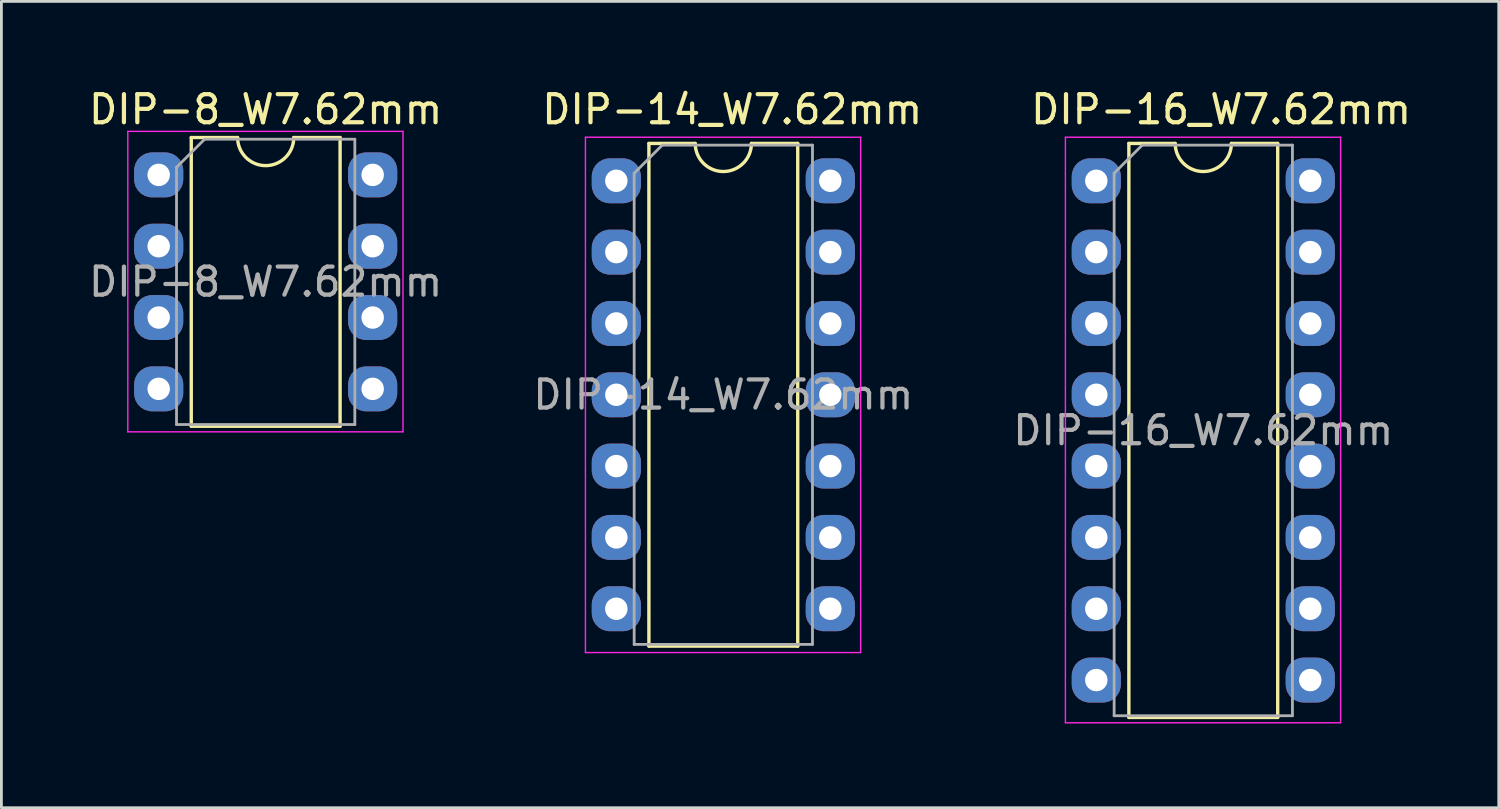
<source format=kicad_pcb>
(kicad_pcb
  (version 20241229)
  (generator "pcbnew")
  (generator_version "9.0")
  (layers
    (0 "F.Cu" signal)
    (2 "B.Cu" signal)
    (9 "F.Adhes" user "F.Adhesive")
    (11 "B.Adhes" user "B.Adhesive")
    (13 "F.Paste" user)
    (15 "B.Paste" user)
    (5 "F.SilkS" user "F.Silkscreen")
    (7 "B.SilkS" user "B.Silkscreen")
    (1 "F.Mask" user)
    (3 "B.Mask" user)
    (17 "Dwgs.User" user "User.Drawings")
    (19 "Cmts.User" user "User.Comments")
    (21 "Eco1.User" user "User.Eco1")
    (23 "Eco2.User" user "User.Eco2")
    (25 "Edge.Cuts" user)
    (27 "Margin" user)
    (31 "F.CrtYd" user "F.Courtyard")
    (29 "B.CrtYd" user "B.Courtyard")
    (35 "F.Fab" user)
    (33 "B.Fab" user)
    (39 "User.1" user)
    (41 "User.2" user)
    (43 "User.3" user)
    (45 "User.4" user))
  (footprint "DIP-8_W7.62mm"
    (layer "F.Cu")
    (at 2.601 3.178)
    (property "Reference" "DIP-8_W7.62mm" (at 3.81 -2.33 180) (layer "F.SilkS") (effects (font (size 1 1) (thickness 0.15))))
    (attr through_hole)
    (fp_line (start 1.16 -1.33) (end 1.16 8.95) (stroke (width 0.12) (type solid)) (layer "F.SilkS"))
    (fp_line (start 1.16 8.95) (end 6.46 8.95) (stroke (width 0.12) (type solid)) (layer "F.SilkS"))
    (fp_line (start 2.81 -1.33) (end 1.16 -1.33) (stroke (width 0.12) (type solid)) (layer "F.SilkS"))
    (fp_line (start 6.46 -1.33) (end 4.81 -1.33) (stroke (width 0.12) (type solid)) (layer "F.SilkS"))
    (fp_line (start 6.46 8.95) (end 6.46 -1.33) (stroke (width 0.12) (type solid)) (layer "F.SilkS"))
    (fp_arc (start 4.81 -1.33) (mid 3.81 -0.33) (end 2.81 -1.33) (stroke (width 0.12) (type solid)) (layer "F.SilkS"))
    (fp_line (start -1.1 -1.55) (end -1.1 9.15) (stroke (width 0.05) (type solid)) (layer "F.CrtYd"))
    (fp_line (start -1.1 9.15) (end 8.7 9.15) (stroke (width 0.05) (type solid)) (layer "F.CrtYd"))
    (fp_line (start 8.7 -1.55) (end -1.1 -1.55) (stroke (width 0.05) (type solid)) (layer "F.CrtYd"))
    (fp_line (start 8.7 9.15) (end 8.7 -1.55) (stroke (width 0.05) (type solid)) (layer "F.CrtYd"))
    (fp_line (start 0.635 -0.27) (end 1.635 -1.27) (stroke (width 0.1) (type solid)) (layer "F.Fab"))
    (fp_line (start 0.635 8.89) (end 0.635 -0.27) (stroke (width 0.1) (type solid)) (layer "F.Fab"))
    (fp_line (start 1.635 -1.27) (end 6.985 -1.27) (stroke (width 0.1) (type solid)) (layer "F.Fab"))
    (fp_line (start 6.985 -1.27) (end 6.985 8.89) (stroke (width 0.1) (type solid)) (layer "F.Fab"))
    (fp_line (start 6.985 8.89) (end 0.635 8.89) (stroke (width 0.1) (type solid)) (layer "F.Fab"))
    (fp_text user "${REFERENCE}" (at 3.81 3.81 180) (layer "F.Fab") (effects (font (size 1 1) (thickness 0.15))))
    (pad "1" thru_hole roundrect (at 0 0) (size 1.75 1.6) (drill 0.8) (layers "*.Cu" "*.Mask") (roundrect_rratio 0.4))
    (pad "2" thru_hole roundrect (at 0 2.54) (size 1.75 1.6) (drill 0.8) (layers "*.Cu" "*.Mask") (roundrect_rratio 0.4))
    (pad "3" thru_hole roundrect (at 0 5.08) (size 1.75 1.6) (drill 0.8) (layers "*.Cu" "*.Mask") (roundrect_rratio 0.4))
    (pad "4" thru_hole roundrect (at 0 7.62) (size 1.75 1.6) (drill 0.8) (layers "*.Cu" "*.Mask") (roundrect_rratio 0.4))
    (pad "5" thru_hole roundrect (at 7.62 7.62) (size 1.75 1.6) (drill 0.8) (layers "*.Cu" "*.Mask") (roundrect_rratio 0.4))
    (pad "6" thru_hole roundrect (at 7.62 5.08) (size 1.75 1.6) (drill 0.8) (layers "*.Cu" "*.Mask") (roundrect_rratio 0.4))
    (pad "7" thru_hole roundrect (at 7.62 2.54) (size 1.75 1.6) (drill 0.8) (layers "*.Cu" "*.Mask") (roundrect_rratio 0.4))
    (pad "8" thru_hole roundrect (at 7.62 0) (size 1.75 1.6) (drill 0.8) (layers "*.Cu" "*.Mask") (roundrect_rratio 0.4)))
  (footprint "DIP-14_W7.62mm"
    (layer "F.Cu")
    (at 18.898 3.388)
    (property "Reference" "DIP-14_W7.62mm" (at 4.128 -2.54 0) (layer "F.SilkS") (effects (font (size 1 1) (thickness 0.15))))
    (attr through_hole)
    (fp_line (start 1.16 -1.33) (end 1.16 16.57) (stroke (width 0.12) (type solid)) (layer "F.SilkS"))
    (fp_line (start 1.16 16.57) (end 6.46 16.57) (stroke (width 0.12) (type solid)) (layer "F.SilkS"))
    (fp_line (start 2.81 -1.33) (end 1.16 -1.33) (stroke (width 0.12) (type solid)) (layer "F.SilkS"))
    (fp_line (start 6.46 -1.33) (end 4.81 -1.33) (stroke (width 0.12) (type solid)) (layer "F.SilkS"))
    (fp_line (start 6.46 16.57) (end 6.46 -1.33) (stroke (width 0.12) (type solid)) (layer "F.SilkS"))
    (fp_arc (start 4.81 -1.33) (mid 3.81 -0.33) (end 2.81 -1.33) (stroke (width 0.12) (type solid)) (layer "F.SilkS"))
    (fp_line (start -1.1 -1.55) (end -1.1 16.8) (stroke (width 0.05) (type solid)) (layer "F.CrtYd"))
    (fp_line (start -1.1 16.8) (end 8.7 16.8) (stroke (width 0.05) (type solid)) (layer "F.CrtYd"))
    (fp_line (start 8.7 -1.55) (end -1.1 -1.55) (stroke (width 0.05) (type solid)) (layer "F.CrtYd"))
    (fp_line (start 8.7 16.8) (end 8.7 -1.55) (stroke (width 0.05) (type solid)) (layer "F.CrtYd"))
    (fp_line (start 0.635 -0.27) (end 1.635 -1.27) (stroke (width 0.1) (type solid)) (layer "F.Fab"))
    (fp_line (start 0.635 16.51) (end 0.635 -0.27) (stroke (width 0.1) (type solid)) (layer "F.Fab"))
    (fp_line (start 1.635 -1.27) (end 6.985 -1.27) (stroke (width 0.1) (type solid)) (layer "F.Fab"))
    (fp_line (start 6.985 -1.27) (end 6.985 16.51) (stroke (width 0.1) (type solid)) (layer "F.Fab"))
    (fp_line (start 6.985 16.51) (end 0.635 16.51) (stroke (width 0.1) (type solid)) (layer "F.Fab"))
    (fp_text user "${REFERENCE}" (at 3.81 7.62 180) (layer "F.Fab") (effects (font (size 1 1) (thickness 0.15))))
    (pad "1" thru_hole roundrect (at 0 0) (size 1.75 1.6) (drill 0.8) (layers "*.Cu" "*.Mask") (roundrect_rratio 0.4))
    (pad "2" thru_hole roundrect (at 0 2.54) (size 1.75 1.6) (drill 0.8) (layers "*.Cu" "*.Mask") (roundrect_rratio 0.4))
    (pad "3" thru_hole roundrect (at 0 5.08) (size 1.75 1.6) (drill 0.8) (layers "*.Cu" "*.Mask") (roundrect_rratio 0.4))
    (pad "4" thru_hole roundrect (at 0 7.62) (size 1.75 1.6) (drill 0.8) (layers "*.Cu" "*.Mask") (roundrect_rratio 0.4))
    (pad "5" thru_hole roundrect (at 0 10.16) (size 1.75 1.6) (drill 0.8) (layers "*.Cu" "*.Mask") (roundrect_rratio 0.4))
    (pad "6" thru_hole roundrect (at 0 12.7) (size 1.75 1.6) (drill 0.8) (layers "*.Cu" "*.Mask") (roundrect_rratio 0.4))
    (pad "7" thru_hole roundrect (at 0 15.24) (size 1.75 1.6) (drill 0.8) (layers "*.Cu" "*.Mask") (roundrect_rratio 0.4))
    (pad "8" thru_hole roundrect (at 7.62 15.24) (size 1.75 1.6) (drill 0.8) (layers "*.Cu" "*.Mask") (roundrect_rratio 0.4))
    (pad "9" thru_hole roundrect (at 7.62 12.7) (size 1.75 1.6) (drill 0.8) (layers "*.Cu" "*.Mask") (roundrect_rratio 0.4))
    (pad "10" thru_hole roundrect (at 7.62 10.16) (size 1.75 1.6) (drill 0.8) (layers "*.Cu" "*.Mask") (roundrect_rratio 0.4))
    (pad "11" thru_hole roundrect (at 7.62 7.62) (size 1.75 1.6) (drill 0.8) (layers "*.Cu" "*.Mask") (roundrect_rratio 0.4))
    (pad "12" thru_hole roundrect (at 7.62 5.08) (size 1.75 1.6) (drill 0.8) (layers "*.Cu" "*.Mask") (roundrect_rratio 0.4))
    (pad "13" thru_hole roundrect (at 7.62 2.54) (size 1.75 1.6) (drill 0.8) (layers "*.Cu" "*.Mask") (roundrect_rratio 0.4))
    (pad "14" thru_hole roundrect (at 7.62 0) (size 1.75 1.6) (drill 0.8) (layers "*.Cu" "*.Mask") (roundrect_rratio 0.4)))
  (footprint "DIP-16_W7.62mm"
    (layer "F.Cu")
    (at 35.99 3.388)
    (property "Reference" "DIP-16_W7.62mm" (at 4.445 -2.54 0) (layer "F.SilkS") (effects (font (size 1 1) (thickness 0.15))))
    (attr through_hole)
    (fp_line (start 1.16 -1.33) (end 1.16 19.11) (stroke (width 0.12) (type solid)) (layer "F.SilkS"))
    (fp_line (start 1.16 19.11) (end 6.46 19.11) (stroke (width 0.12) (type solid)) (layer "F.SilkS"))
    (fp_line (start 2.81 -1.33) (end 1.16 -1.33) (stroke (width 0.12) (type solid)) (layer "F.SilkS"))
    (fp_line (start 6.46 -1.33) (end 4.81 -1.33) (stroke (width 0.12) (type solid)) (layer "F.SilkS"))
    (fp_line (start 6.46 19.11) (end 6.46 -1.33) (stroke (width 0.12) (type solid)) (layer "F.SilkS"))
    (fp_arc (start 4.81 -1.33) (mid 3.81 -0.33) (end 2.81 -1.33) (stroke (width 0.12) (type solid)) (layer "F.SilkS"))
    (fp_line (start -1.1 -1.55) (end -1.1 19.3) (stroke (width 0.05) (type solid)) (layer "F.CrtYd"))
    (fp_line (start -1.1 19.3) (end 8.7 19.3) (stroke (width 0.05) (type solid)) (layer "F.CrtYd"))
    (fp_line (start 8.7 -1.55) (end -1.1 -1.55) (stroke (width 0.05) (type solid)) (layer "F.CrtYd"))
    (fp_line (start 8.7 19.3) (end 8.7 -1.55) (stroke (width 0.05) (type solid)) (layer "F.CrtYd"))
    (fp_line (start 0.635 -0.27) (end 1.635 -1.27) (stroke (width 0.1) (type solid)) (layer "F.Fab"))
    (fp_line (start 0.635 19.05) (end 0.635 -0.27) (stroke (width 0.1) (type solid)) (layer "F.Fab"))
    (fp_line (start 1.635 -1.27) (end 6.985 -1.27) (stroke (width 0.1) (type solid)) (layer "F.Fab"))
    (fp_line (start 6.985 -1.27) (end 6.985 19.05) (stroke (width 0.1) (type solid)) (layer "F.Fab"))
    (fp_line (start 6.985 19.05) (end 0.635 19.05) (stroke (width 0.1) (type solid)) (layer "F.Fab"))
    (fp_text user "${REFERENCE}" (at 3.81 8.89 180) (layer "F.Fab") (effects (font (size 1 1) (thickness 0.15))))
    (pad "1" thru_hole roundrect (at 0 0) (size 1.75 1.6) (drill 0.8) (layers "*.Cu" "*.Mask") (roundrect_rratio 0.4))
    (pad "2" thru_hole roundrect (at 0 2.54) (size 1.75 1.6) (drill 0.8) (layers "*.Cu" "*.Mask") (roundrect_rratio 0.4))
    (pad "3" thru_hole roundrect (at 0 5.08) (size 1.75 1.6) (drill 0.8) (layers "*.Cu" "*.Mask") (roundrect_rratio 0.4))
    (pad "4" thru_hole roundrect (at 0 7.62) (size 1.75 1.6) (drill 0.8) (layers "*.Cu" "*.Mask") (roundrect_rratio 0.4))
    (pad "5" thru_hole roundrect (at 0 10.16) (size 1.75 1.6) (drill 0.8) (layers "*.Cu" "*.Mask") (roundrect_rratio 0.4))
    (pad "6" thru_hole roundrect (at 0 12.7) (size 1.75 1.6) (drill 0.8) (layers "*.Cu" "*.Mask") (roundrect_rratio 0.4))
    (pad "7" thru_hole roundrect (at 0 15.24) (size 1.75 1.6) (drill 0.8) (layers "*.Cu" "*.Mask") (roundrect_rratio 0.4))
    (pad "8" thru_hole roundrect (at 0 17.78) (size 1.75 1.6) (drill 0.8) (layers "*.Cu" "*.Mask") (roundrect_rratio 0.4))
    (pad "9" thru_hole roundrect (at 7.62 17.78) (size 1.75 1.6) (drill 0.8) (layers "*.Cu" "*.Mask") (roundrect_rratio 0.4))
    (pad "10" thru_hole roundrect (at 7.62 15.24) (size 1.75 1.6) (drill 0.8) (layers "*.Cu" "*.Mask") (roundrect_rratio 0.4))
    (pad "11" thru_hole roundrect (at 7.62 12.7) (size 1.75 1.6) (drill 0.8) (layers "*.Cu" "*.Mask") (roundrect_rratio 0.4))
    (pad "12" thru_hole roundrect (at 7.62 10.16) (size 1.75 1.6) (drill 0.8) (layers "*.Cu" "*.Mask") (roundrect_rratio 0.4))
    (pad "13" thru_hole roundrect (at 7.62 7.62) (size 1.75 1.6) (drill 0.8) (layers "*.Cu" "*.Mask") (roundrect_rratio 0.4))
    (pad "14" thru_hole roundrect (at 7.62 5.08) (size 1.75 1.6) (drill 0.8) (layers "*.Cu" "*.Mask") (roundrect_rratio 0.4))
    (pad "15" thru_hole roundrect (at 7.62 2.54) (size 1.75 1.6) (drill 0.8) (layers "*.Cu" "*.Mask") (roundrect_rratio 0.4))
    (pad "16" thru_hole roundrect (at 7.62 0) (size 1.75 1.6) (drill 0.8) (layers "*.Cu" "*.Mask") (roundrect_rratio 0.4)))
  (gr_rect
    (start -3 -3)
    (end 50.322 25.713)
    (stroke (width 0.1) (type default))
    (fill no)
    (layer "Edge.Cuts")))
</source>
